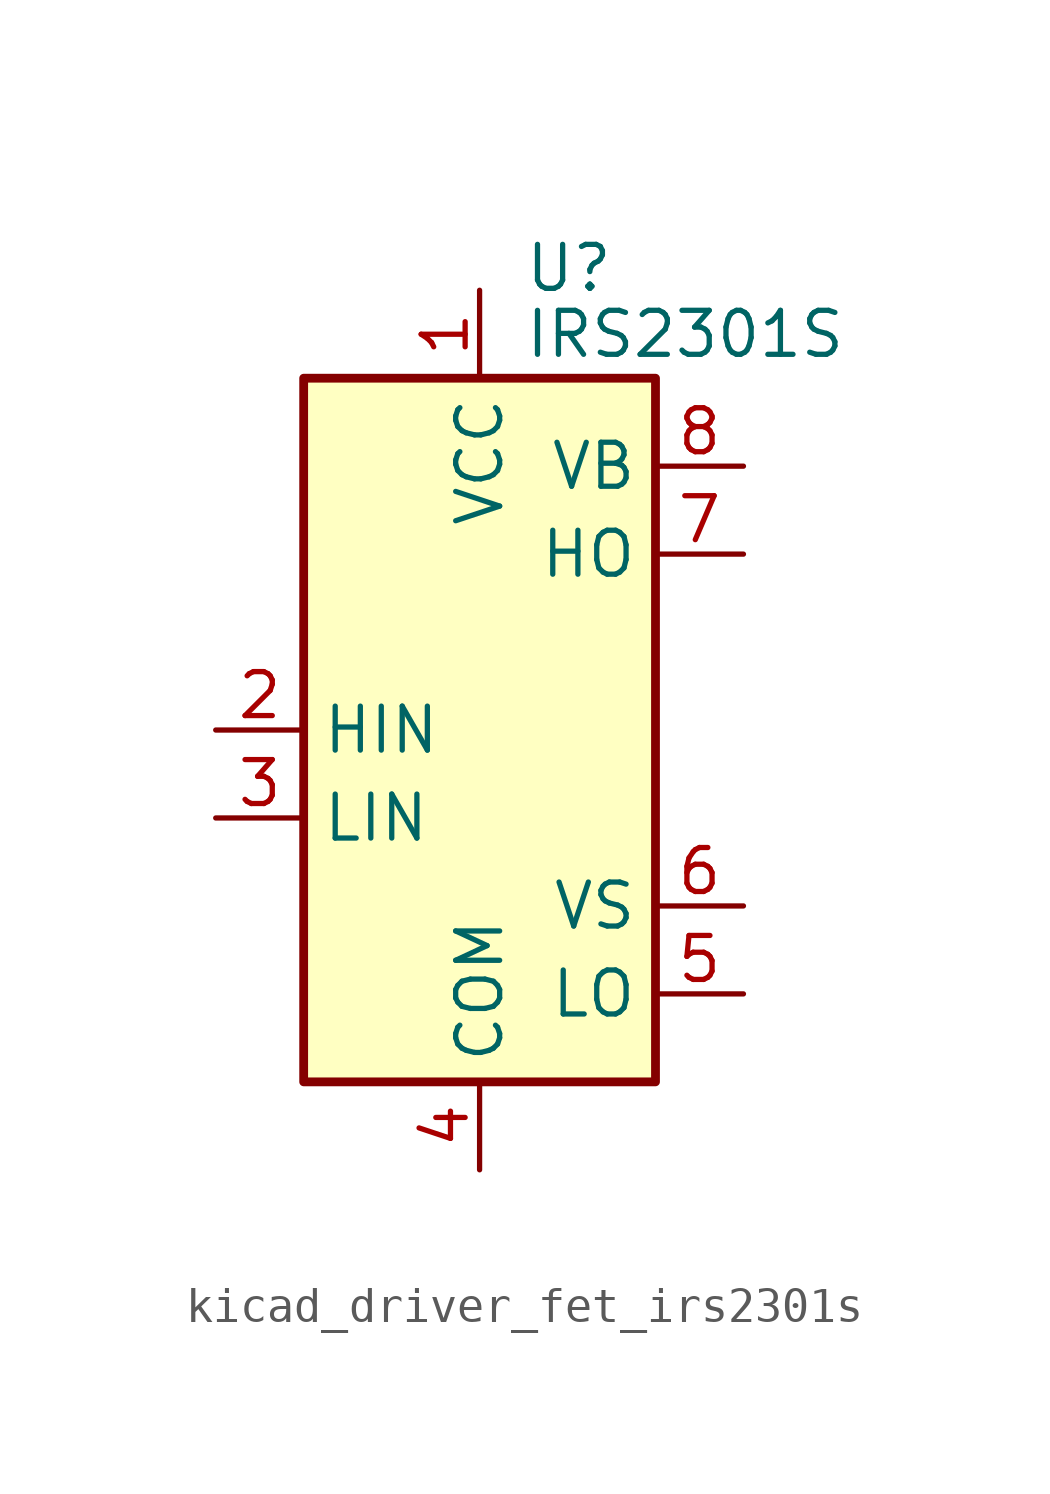
<source format=kicad_sym>
(kicad_symbol_lib
  (version 20220914)
  (generator kicad_symbol_editor)
  (symbol "kicad_driver_fet_irs2301s"
    (property "Reference" "U"
      (at 1.27 13.335 0)
      (effects (font (size 1.27 1.27)) (justify left)))
    (property "Value" "IRS2301S"
      (at 1.27 11.43 0)
      (effects (font (size 1.27 1.27)) (justify left)))
    (symbol "kicad_driver_fet_irs2301s_0_1"
      (rectangle (start -5.08 -10.16) (end 5.08 10.16) (stroke (width 0.254) (type default)) (fill (type background))))
    (symbol "kicad_driver_fet_irs2301s_1_1"
      (pin power_in line (at 0 12.7 270) (length 2.54) (name "VCC" (effects (font (size 1.27 1.27)))) (number "1" (effects (font (size 1.27 1.27)))))
      (pin input line (at -7.62 0 0) (length 2.54) (name "HIN" (effects (font (size 1.27 1.27)))) (number "2" (effects (font (size 1.27 1.27)))))
      (pin input line (at -7.62 -2.54 0) (length 2.54) (name "LIN" (effects (font (size 1.27 1.27)))) (number "3" (effects (font (size 1.27 1.27)))))
      (pin power_in line (at 0 -12.7 90) (length 2.54) (name "COM" (effects (font (size 1.27 1.27)))) (number "4" (effects (font (size 1.27 1.27)))))
      (pin output line (at 7.62 -7.62 180) (length 2.54) (name "LO" (effects (font (size 1.27 1.27)))) (number "5" (effects (font (size 1.27 1.27)))))
      (pin passive line (at 7.62 -5.08 180) (length 2.54) (name "VS" (effects (font (size 1.27 1.27)))) (number "6" (effects (font (size 1.27 1.27)))))
      (pin output line (at 7.62 5.08 180) (length 2.54) (name "HO" (effects (font (size 1.27 1.27)))) (number "7" (effects (font (size 1.27 1.27)))))
      (pin passive line (at 7.62 7.62 180) (length 2.54) (name "VB" (effects (font (size 1.27 1.27)))) (number "8" (effects (font (size 1.27 1.27))))))))
</source>
